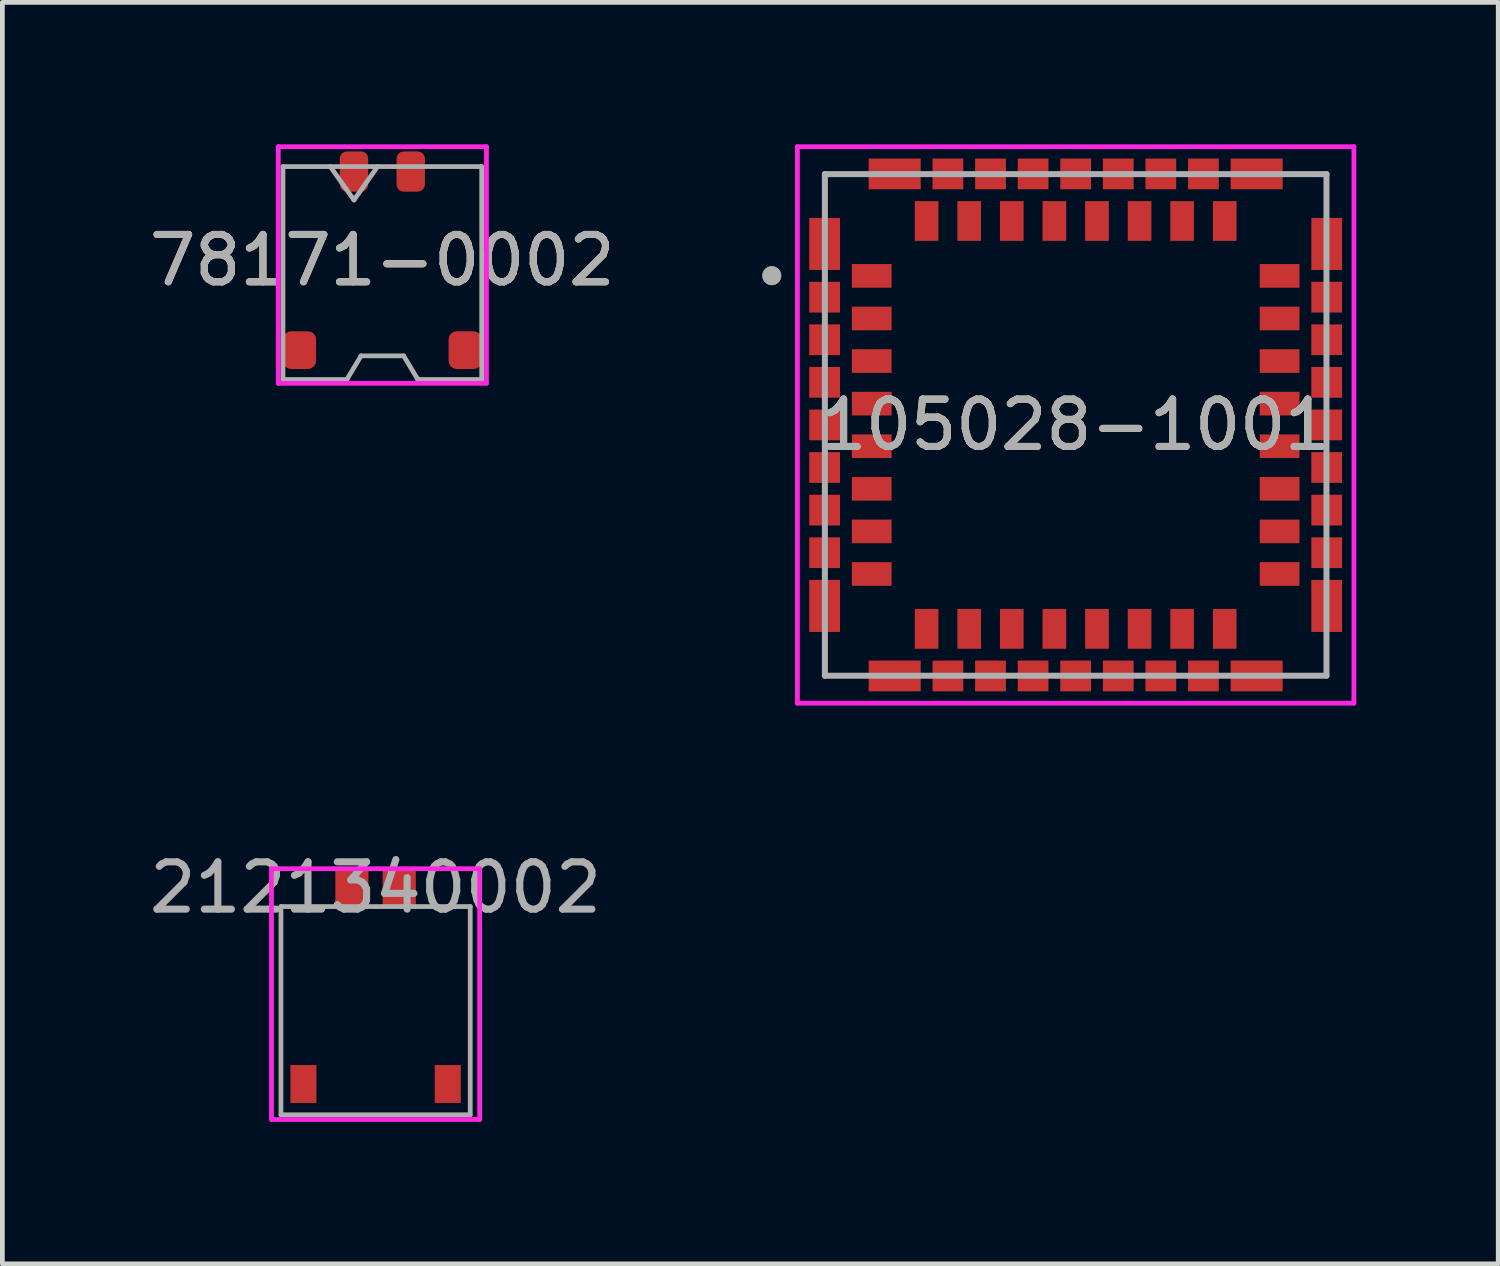
<source format=kicad_pcb>
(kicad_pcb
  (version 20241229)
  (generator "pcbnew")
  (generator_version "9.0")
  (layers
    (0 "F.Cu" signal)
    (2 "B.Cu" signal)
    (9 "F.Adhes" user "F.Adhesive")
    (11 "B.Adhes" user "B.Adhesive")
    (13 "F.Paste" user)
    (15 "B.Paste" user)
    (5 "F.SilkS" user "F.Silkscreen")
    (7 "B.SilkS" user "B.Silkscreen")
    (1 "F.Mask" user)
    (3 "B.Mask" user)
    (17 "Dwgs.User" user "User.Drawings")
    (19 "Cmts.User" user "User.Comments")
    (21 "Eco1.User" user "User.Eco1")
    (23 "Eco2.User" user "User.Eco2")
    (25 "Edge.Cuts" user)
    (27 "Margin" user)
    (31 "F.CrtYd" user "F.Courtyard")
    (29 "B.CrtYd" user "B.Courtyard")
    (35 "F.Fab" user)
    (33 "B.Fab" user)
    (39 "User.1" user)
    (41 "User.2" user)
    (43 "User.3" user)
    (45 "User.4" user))
  (footprint "105028-1001"
    (layer "F.Cu")
    (at 19.682 5.93)
    (property "Reference" "105028-1001" (at 0 0 0) (layer "F.SilkS") (effects (font (size 1 1) (thickness 0.15))))
    (attr smd)
    (fp_line (start -5.88 -5.88) (end -5.88 5.88) (stroke (width 0.1) (type solid)) (layer "F.CrtYd"))
    (fp_line (start -5.88 5.88) (end 5.88 5.88) (stroke (width 0.1) (type solid)) (layer "F.CrtYd"))
    (fp_line (start 5.88 -5.88) (end -5.88 -5.88) (stroke (width 0.1) (type solid)) (layer "F.CrtYd"))
    (fp_line (start 5.88 5.88) (end 5.88 -5.88) (stroke (width 0.1) (type solid)) (layer "F.CrtYd"))
    (fp_line (start -5.3 -5.3) (end 5.3 -5.3) (stroke (width 0.127) (type solid)) (layer "F.Fab"))
    (fp_line (start -5.3 5.3) (end -5.3 -5.3) (stroke (width 0.127) (type solid)) (layer "F.Fab"))
    (fp_line (start 5.3 -5.3) (end 5.3 5.3) (stroke (width 0.127) (type solid)) (layer "F.Fab"))
    (fp_line (start 5.3 5.3) (end -5.3 5.3) (stroke (width 0.127) (type solid)) (layer "F.Fab"))
    (fp_circle (center -6.422 -3.154) (end -6.322 -3.154) (stroke (width 0.2) (type solid)) (fill no) (layer "F.Fab"))
    (fp_circle (center -6.422 -3.154) (end -6.322 -3.154) (stroke (width 0.2) (type solid)) (fill no) (layer "F.Fab"))
    (fp_text user "${REFERENCE}" (at 0 0 0) (layer "F.Fab") (effects (font (size 1 1) (thickness 0.15))))
    (pad "1" smd rect (at -4.31 -3.15 90) (size 0.5 0.84) (layers "F.Cu" "F.Mask" "F.Paste"))
    (pad "2" smd rect (at -4.31 -2.25 90) (size 0.5 0.84) (layers "F.Cu" "F.Mask" "F.Paste"))
    (pad "3" smd rect (at -4.31 -1.35 90) (size 0.5 0.84) (layers "F.Cu" "F.Mask" "F.Paste"))
    (pad "4" smd rect (at -4.31 -0.45 90) (size 0.5 0.84) (layers "F.Cu" "F.Mask" "F.Paste"))
    (pad "5" smd rect (at -4.31 0.45 90) (size 0.5 0.84) (layers "F.Cu" "F.Mask" "F.Paste"))
    (pad "6" smd rect (at -4.31 1.35 90) (size 0.5 0.84) (layers "F.Cu" "F.Mask" "F.Paste"))
    (pad "7" smd rect (at -4.31 2.25 90) (size 0.5 0.84) (layers "F.Cu" "F.Mask" "F.Paste"))
    (pad "8" smd rect (at -4.31 3.15 90) (size 0.5 0.84) (layers "F.Cu" "F.Mask" "F.Paste"))
    (pad "9" smd rect (at -3.15 4.31 180) (size 0.5 0.84) (layers "F.Cu" "F.Mask" "F.Paste"))
    (pad "10" smd rect (at -2.25 4.31 180) (size 0.5 0.84) (layers "F.Cu" "F.Mask" "F.Paste"))
    (pad "11" smd rect (at -1.35 4.31 180) (size 0.5 0.84) (layers "F.Cu" "F.Mask" "F.Paste"))
    (pad "12" smd rect (at -0.45 4.31 180) (size 0.5 0.84) (layers "F.Cu" "F.Mask" "F.Paste"))
    (pad "13" smd rect (at 0.45 4.31 180) (size 0.5 0.84) (layers "F.Cu" "F.Mask" "F.Paste"))
    (pad "14" smd rect (at 1.35 4.31 180) (size 0.5 0.84) (layers "F.Cu" "F.Mask" "F.Paste"))
    (pad "15" smd rect (at 2.25 4.31 180) (size 0.5 0.84) (layers "F.Cu" "F.Mask" "F.Paste"))
    (pad "16" smd rect (at 3.15 4.31 180) (size 0.5 0.84) (layers "F.Cu" "F.Mask" "F.Paste"))
    (pad "17" smd rect (at 4.31 3.15 270) (size 0.5 0.84) (layers "F.Cu" "F.Mask" "F.Paste"))
    (pad "18" smd rect (at 4.31 2.25 270) (size 0.5 0.84) (layers "F.Cu" "F.Mask" "F.Paste"))
    (pad "19" smd rect (at 4.31 1.35 270) (size 0.5 0.84) (layers "F.Cu" "F.Mask" "F.Paste"))
    (pad "20" smd rect (at 4.31 0.45 270) (size 0.5 0.84) (layers "F.Cu" "F.Mask" "F.Paste"))
    (pad "21" smd rect (at 4.31 -0.45 270) (size 0.5 0.84) (layers "F.Cu" "F.Mask" "F.Paste"))
    (pad "22" smd rect (at 4.31 -1.35 270) (size 0.5 0.84) (layers "F.Cu" "F.Mask" "F.Paste"))
    (pad "23" smd rect (at 4.31 -2.25 270) (size 0.5 0.84) (layers "F.Cu" "F.Mask" "F.Paste"))
    (pad "24" smd rect (at 4.31 -3.15 270) (size 0.5 0.84) (layers "F.Cu" "F.Mask" "F.Paste"))
    (pad "25" smd rect (at 3.15 -4.31) (size 0.5 0.84) (layers "F.Cu" "F.Mask" "F.Paste"))
    (pad "26" smd rect (at 2.25 -4.31) (size 0.5 0.84) (layers "F.Cu" "F.Mask" "F.Paste"))
    (pad "27" smd rect (at 1.35 -4.31) (size 0.5 0.84) (layers "F.Cu" "F.Mask" "F.Paste"))
    (pad "28" smd rect (at 0.45 -4.31) (size 0.5 0.84) (layers "F.Cu" "F.Mask" "F.Paste"))
    (pad "29" smd rect (at -0.45 -4.31) (size 0.5 0.84) (layers "F.Cu" "F.Mask" "F.Paste"))
    (pad "30" smd rect (at -1.35 -4.31) (size 0.5 0.84) (layers "F.Cu" "F.Mask" "F.Paste"))
    (pad "31" smd rect (at -2.25 -4.31) (size 0.5 0.84) (layers "F.Cu" "F.Mask" "F.Paste"))
    (pad "32" smd rect (at -3.15 -4.31) (size 0.5 0.84) (layers "F.Cu" "F.Mask" "F.Paste"))
    (pad "P1" smd rect (at -5.305 -3.825 90) (size 1.1 0.65) (layers "F.Cu" "F.Mask" "F.Paste"))
    (pad "P2" smd rect (at -5.305 -2.7 90) (size 0.65 0.65) (layers "F.Cu" "F.Mask" "F.Paste"))
    (pad "P3" smd rect (at -5.305 -1.8 90) (size 0.65 0.65) (layers "F.Cu" "F.Mask" "F.Paste"))
    (pad "P4" smd rect (at -5.305 -0.9 90) (size 0.65 0.65) (layers "F.Cu" "F.Mask" "F.Paste"))
    (pad "P5" smd rect (at -5.305 0 90) (size 0.65 0.65) (layers "F.Cu" "F.Mask" "F.Paste"))
    (pad "P6" smd rect (at -5.305 0.9 90) (size 0.65 0.65) (layers "F.Cu" "F.Mask" "F.Paste"))
    (pad "P7" smd rect (at -5.305 1.8 90) (size 0.65 0.65) (layers "F.Cu" "F.Mask" "F.Paste"))
    (pad "P8" smd rect (at -5.305 2.7 90) (size 0.65 0.65) (layers "F.Cu" "F.Mask" "F.Paste"))
    (pad "P9" smd rect (at -5.305 3.825 270) (size 1.1 0.65) (layers "F.Cu" "F.Mask" "F.Paste"))
    (pad "P10" smd rect (at -3.825 5.305 180) (size 1.1 0.65) (layers "F.Cu" "F.Mask" "F.Paste"))
    (pad "P11" smd rect (at -2.7 5.305 180) (size 0.65 0.65) (layers "F.Cu" "F.Mask" "F.Paste"))
    (pad "P12" smd rect (at -1.8 5.305 180) (size 0.65 0.65) (layers "F.Cu" "F.Mask" "F.Paste"))
    (pad "P13" smd rect (at -0.9 5.305 180) (size 0.65 0.65) (layers "F.Cu" "F.Mask" "F.Paste"))
    (pad "P14" smd rect (at 0 5.305 180) (size 0.65 0.65) (layers "F.Cu" "F.Mask" "F.Paste"))
    (pad "P15" smd rect (at 0.9 5.305 180) (size 0.65 0.65) (layers "F.Cu" "F.Mask" "F.Paste"))
    (pad "P16" smd rect (at 1.8 5.305 180) (size 0.65 0.65) (layers "F.Cu" "F.Mask" "F.Paste"))
    (pad "P17" smd rect (at 2.7 5.305 180) (size 0.65 0.65) (layers "F.Cu" "F.Mask" "F.Paste"))
    (pad "P18" smd rect (at 3.825 5.305) (size 1.1 0.65) (layers "F.Cu" "F.Mask" "F.Paste"))
    (pad "P19" smd rect (at 5.305 3.825 270) (size 1.1 0.65) (layers "F.Cu" "F.Mask" "F.Paste"))
    (pad "P20" smd rect (at 5.305 2.7 270) (size 0.65 0.65) (layers "F.Cu" "F.Mask" "F.Paste"))
    (pad "P21" smd rect (at 5.305 1.8 270) (size 0.65 0.65) (layers "F.Cu" "F.Mask" "F.Paste"))
    (pad "P22" smd rect (at 5.305 0.9 270) (size 0.65 0.65) (layers "F.Cu" "F.Mask" "F.Paste"))
    (pad "P23" smd rect (at 5.305 0 270) (size 0.65 0.65) (layers "F.Cu" "F.Mask" "F.Paste"))
    (pad "P24" smd rect (at 5.305 -0.9 270) (size 0.65 0.65) (layers "F.Cu" "F.Mask" "F.Paste"))
    (pad "P25" smd rect (at 5.305 -1.8 270) (size 0.65 0.65) (layers "F.Cu" "F.Mask" "F.Paste"))
    (pad "P26" smd rect (at 5.305 -2.7 270) (size 0.65 0.65) (layers "F.Cu" "F.Mask" "F.Paste"))
    (pad "P27" smd rect (at 5.305 -3.825 90) (size 1.1 0.65) (layers "F.Cu" "F.Mask" "F.Paste"))
    (pad "P28" smd rect (at 3.825 -5.305) (size 1.1 0.65) (layers "F.Cu" "F.Mask" "F.Paste"))
    (pad "P29" smd rect (at 2.7 -5.305) (size 0.65 0.65) (layers "F.Cu" "F.Mask" "F.Paste"))
    (pad "P30" smd rect (at 1.8 -5.305) (size 0.65 0.65) (layers "F.Cu" "F.Mask" "F.Paste"))
    (pad "P31" smd rect (at 0.9 -5.305) (size 0.65 0.65) (layers "F.Cu" "F.Mask" "F.Paste"))
    (pad "P32" smd rect (at 0 -5.305) (size 0.65 0.65) (layers "F.Cu" "F.Mask" "F.Paste"))
    (pad "P33" smd rect (at -0.9 -5.305) (size 0.65 0.65) (layers "F.Cu" "F.Mask" "F.Paste"))
    (pad "P34" smd rect (at -1.8 -5.305) (size 0.65 0.65) (layers "F.Cu" "F.Mask" "F.Paste"))
    (pad "P35" smd rect (at -2.7 -5.305) (size 0.65 0.65) (layers "F.Cu" "F.Mask" "F.Paste"))
    (pad "P36" smd rect (at -3.825 -5.305 180) (size 1.1 0.65) (layers "F.Cu" "F.Mask" "F.Paste")))
  (footprint "2121340002"
    (layer "F.Cu")
    (at 4.887 15.708)
    (property "Reference" "2121340002" (at 0 0 0) (unlocked yes) (layer "F.SilkS") (effects (font (size 1 1) (thickness 0.1))))
    (attr smd)
    (fp_line (start -2.2 -0.4) (end 2.2 -0.4) (stroke (width 0.1) (type default)) (layer "F.CrtYd"))
    (fp_line (start -2.2 4.9) (end -2.2 -0.4) (stroke (width 0.1) (type default)) (layer "F.CrtYd"))
    (fp_line (start 2.2 -0.4) (end 2.2 4.9) (stroke (width 0.1) (type default)) (layer "F.CrtYd"))
    (fp_line (start 2.2 4.9) (end -2.2 4.9) (stroke (width 0.1) (type default)) (layer "F.CrtYd"))
    (fp_line (start -2 0.4) (end 2 0.4) (stroke (width 0.1) (type default)) (layer "F.Fab"))
    (fp_line (start -2 4.8) (end -2 0.4) (stroke (width 0.1) (type default)) (layer "F.Fab"))
    (fp_line (start 2 0.4) (end 2 4.8) (stroke (width 0.1) (type default)) (layer "F.Fab"))
    (fp_line (start 2 4.8) (end -2 4.8) (stroke (width 0.1) (type default)) (layer "F.Fab"))
    (fp_text user "${REFERENCE}" (at 0 0 0) (unlocked yes) (layer "F.Fab") (effects (font (size 1 1) (thickness 0.15))))
    (pad "" smd rect (at -1.525 4.15) (size 0.55 0.8) (layers "F.Cu" "F.Mask" "F.Paste"))
    (pad "" smd rect (at 1.525 4.15) (size 0.55 0.8) (layers "F.Cu" "F.Mask" "F.Paste"))
    (pad "1" smd rect (at -0.5 0) (size 0.7 0.8) (layers "F.Cu" "F.Mask" "F.Paste"))
    (pad "2" smd rect (at 0.5 0) (size 0.7 0.8) (layers "F.Cu" "F.Mask" "F.Paste")))
  (footprint "78171-0002"
    (layer "F.Cu")
    (at 5.03 2.45)
    (property "Reference" "78171-0002" (at 0 0 0) (layer "F.SilkS") (effects (font (size 1 1) (thickness 0.15))))
    (attr smd)
    (fp_line (start -2.2 -2.4) (end -2.2 2.6) (stroke (width 0.1) (type solid)) (layer "F.CrtYd"))
    (fp_line (start -2.2 2.6) (end 2.2 2.6) (stroke (width 0.1) (type solid)) (layer "F.CrtYd"))
    (fp_line (start 2.2 -2.4) (end -2.2 -2.4) (stroke (width 0.1) (type solid)) (layer "F.CrtYd"))
    (fp_line (start 2.2 2.6) (end 2.2 -2.4) (stroke (width 0.1) (type solid)) (layer "F.CrtYd"))
    (fp_line (start -2.1 -1.98) (end -2.1 2.52) (stroke (width 0.1) (type solid)) (layer "F.Fab"))
    (fp_line (start -2.1 -1.98) (end 2.1 -1.98) (stroke (width 0.1) (type solid)) (layer "F.Fab"))
    (fp_line (start -2.1 2.52) (end -0.75 2.52) (stroke (width 0.1) (type solid)) (layer "F.Fab"))
    (fp_line (start -1.1 -1.98) (end -0.6 -1.273) (stroke (width 0.1) (type solid)) (layer "F.Fab"))
    (fp_line (start -0.75 2.52) (end -0.45 2.02) (stroke (width 0.1) (type solid)) (layer "F.Fab"))
    (fp_line (start -0.6 -1.273) (end -0.1 -1.98) (stroke (width 0.1) (type solid)) (layer "F.Fab"))
    (fp_line (start -0.45 2.02) (end 0.45 2.02) (stroke (width 0.1) (type solid)) (layer "F.Fab"))
    (fp_line (start 0.45 2.02) (end 0.75 2.52) (stroke (width 0.1) (type solid)) (layer "F.Fab"))
    (fp_line (start 0.75 2.52) (end 2.1 2.52) (stroke (width 0.1) (type solid)) (layer "F.Fab"))
    (fp_line (start 2.1 -1.98) (end 2.1 2.52) (stroke (width 0.1) (type solid)) (layer "F.Fab"))
    (fp_text user "${REFERENCE}" (at 0 0 0) (layer "F.Fab") (effects (font (size 1 1) (thickness 0.15))))
    (pad "1" smd roundrect (at -0.6 -1.875) (size 0.6 0.85) (layers "F.Cu" "F.Mask" "F.Paste") (roundrect_rratio 0.25))
    (pad "2" smd roundrect (at 0.6 -1.875) (size 0.6 0.85) (layers "F.Cu" "F.Mask" "F.Paste") (roundrect_rratio 0.25))
    (pad "MP" smd roundrect (at -1.75 1.9) (size 0.7 0.8) (layers "F.Cu" "F.Mask" "F.Paste") (roundrect_rratio 0.25))
    (pad "MP" smd roundrect (at 1.75 1.9) (size 0.7 0.8) (layers "F.Cu" "F.Mask" "F.Paste") (roundrect_rratio 0.25)))
  (gr_rect
    (start -3 -3)
    (end 28.612 23.658)
    (stroke (width 0.1) (type default))
    (fill no)
    (layer "Edge.Cuts")))
</source>
